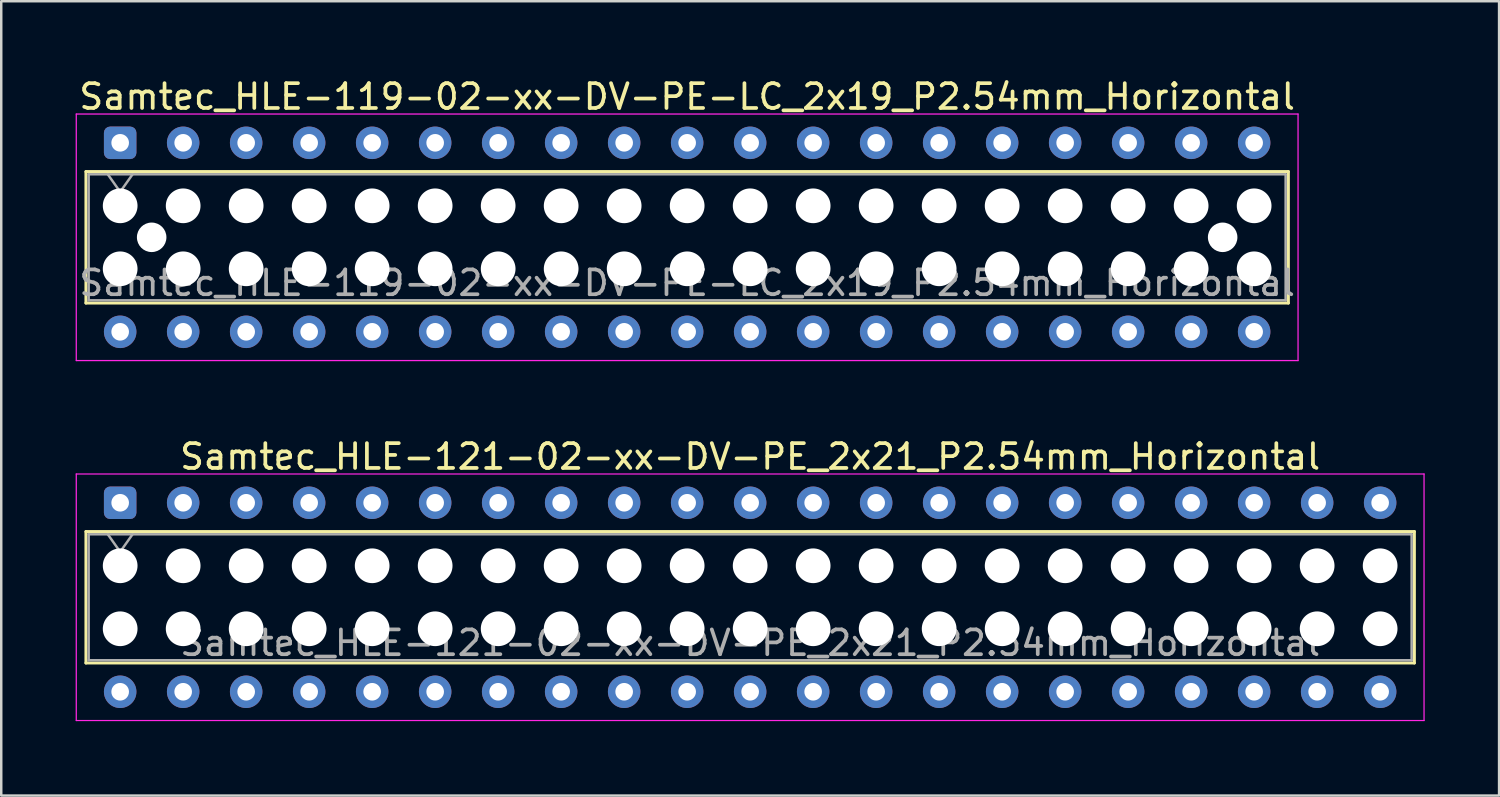
<source format=kicad_pcb>
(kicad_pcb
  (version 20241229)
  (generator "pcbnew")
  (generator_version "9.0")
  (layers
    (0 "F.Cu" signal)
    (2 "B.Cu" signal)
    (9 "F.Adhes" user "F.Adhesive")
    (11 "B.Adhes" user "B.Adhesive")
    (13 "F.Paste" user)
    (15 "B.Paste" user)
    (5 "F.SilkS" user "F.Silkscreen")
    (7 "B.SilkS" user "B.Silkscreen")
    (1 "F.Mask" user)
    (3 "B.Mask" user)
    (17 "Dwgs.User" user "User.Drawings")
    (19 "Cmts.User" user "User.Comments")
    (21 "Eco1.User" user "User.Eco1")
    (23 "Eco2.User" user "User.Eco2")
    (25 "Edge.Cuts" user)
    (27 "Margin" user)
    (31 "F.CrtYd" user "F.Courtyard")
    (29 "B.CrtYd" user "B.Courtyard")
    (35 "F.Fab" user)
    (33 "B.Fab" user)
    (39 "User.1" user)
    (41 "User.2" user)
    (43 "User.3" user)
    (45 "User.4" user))
  (footprint "Samtec_HLE-119-02-xx-DV-PE-LC_2x19_P2.54mm_Horizontal"
    (layer "F.Cu")
    (at 1.795 2.708)
    (property "Reference" "Samtec_HLE-119-02-xx-DV-PE-LC_2x19_P2.54mm_Horizontal" (at 22.86 -1.86 0) (layer "F.SilkS") (effects (font (size 1 1) (thickness 0.15))))
    (attr through_hole)
    (fp_line (start -1.38 1.16) (end 47.1 1.16) (stroke (width 0.12) (type solid)) (layer "F.SilkS"))
    (fp_line (start -1.38 6.46) (end -1.38 1.16) (stroke (width 0.12) (type solid)) (layer "F.SilkS"))
    (fp_line (start 47.1 1.16) (end 47.1 6.46) (stroke (width 0.12) (type solid)) (layer "F.SilkS"))
    (fp_line (start 47.1 6.46) (end -1.38 6.46) (stroke (width 0.12) (type solid)) (layer "F.SilkS"))
    (fp_line (start -1.77 -1.16) (end 47.49 -1.16) (stroke (width 0.05) (type solid)) (layer "F.CrtYd"))
    (fp_line (start -1.77 8.78) (end -1.77 -1.16) (stroke (width 0.05) (type solid)) (layer "F.CrtYd"))
    (fp_line (start 47.49 -1.16) (end 47.49 8.78) (stroke (width 0.05) (type solid)) (layer "F.CrtYd"))
    (fp_line (start 47.49 8.78) (end -1.77 8.78) (stroke (width 0.05) (type solid)) (layer "F.CrtYd"))
    (fp_line (start -1.27 1.27) (end 46.99 1.27) (stroke (width 0.1) (type solid)) (layer "F.Fab"))
    (fp_line (start -1.27 6.35) (end -1.27 1.27) (stroke (width 0.1) (type solid)) (layer "F.Fab"))
    (fp_line (start -0.5 1.27) (end 0 1.977) (stroke (width 0.1) (type solid)) (layer "F.Fab"))
    (fp_line (start 0 1.977) (end 0.5 1.27) (stroke (width 0.1) (type solid)) (layer "F.Fab"))
    (fp_line (start 46.99 1.27) (end 46.99 6.35) (stroke (width 0.1) (type solid)) (layer "F.Fab"))
    (fp_line (start 46.99 6.35) (end -1.27 6.35) (stroke (width 0.1) (type solid)) (layer "F.Fab"))
    (fp_text user "${REFERENCE}" (at 22.86 5.65 0) (layer "F.Fab") (effects (font (size 1 1) (thickness 0.15))))
    (pad "" np_thru_hole circle (at 0 2.54) (size 1.4 1.4) (drill 1.4) (layers "*.Cu" "*.Mask"))
    (pad "" np_thru_hole circle (at 0 5.08) (size 1.4 1.4) (drill 1.4) (layers "*.Cu" "*.Mask"))
    (pad "" np_thru_hole circle (at 1.27 3.81) (size 1.19 1.19) (drill 1.19) (layers "*.Cu" "*.Mask"))
    (pad "" np_thru_hole circle (at 2.54 2.54) (size 1.4 1.4) (drill 1.4) (layers "*.Cu" "*.Mask"))
    (pad "" np_thru_hole circle (at 2.54 5.08) (size 1.4 1.4) (drill 1.4) (layers "*.Cu" "*.Mask"))
    (pad "" np_thru_hole circle (at 5.08 2.54) (size 1.4 1.4) (drill 1.4) (layers "*.Cu" "*.Mask"))
    (pad "" np_thru_hole circle (at 5.08 5.08) (size 1.4 1.4) (drill 1.4) (layers "*.Cu" "*.Mask"))
    (pad "" np_thru_hole circle (at 7.62 2.54) (size 1.4 1.4) (drill 1.4) (layers "*.Cu" "*.Mask"))
    (pad "" np_thru_hole circle (at 7.62 5.08) (size 1.4 1.4) (drill 1.4) (layers "*.Cu" "*.Mask"))
    (pad "" np_thru_hole circle (at 10.16 2.54) (size 1.4 1.4) (drill 1.4) (layers "*.Cu" "*.Mask"))
    (pad "" np_thru_hole circle (at 10.16 5.08) (size 1.4 1.4) (drill 1.4) (layers "*.Cu" "*.Mask"))
    (pad "" np_thru_hole circle (at 12.7 2.54) (size 1.4 1.4) (drill 1.4) (layers "*.Cu" "*.Mask"))
    (pad "" np_thru_hole circle (at 12.7 5.08) (size 1.4 1.4) (drill 1.4) (layers "*.Cu" "*.Mask"))
    (pad "" np_thru_hole circle (at 15.24 2.54) (size 1.4 1.4) (drill 1.4) (layers "*.Cu" "*.Mask"))
    (pad "" np_thru_hole circle (at 15.24 5.08) (size 1.4 1.4) (drill 1.4) (layers "*.Cu" "*.Mask"))
    (pad "" np_thru_hole circle (at 17.78 2.54) (size 1.4 1.4) (drill 1.4) (layers "*.Cu" "*.Mask"))
    (pad "" np_thru_hole circle (at 17.78 5.08) (size 1.4 1.4) (drill 1.4) (layers "*.Cu" "*.Mask"))
    (pad "" np_thru_hole circle (at 20.32 2.54) (size 1.4 1.4) (drill 1.4) (layers "*.Cu" "*.Mask"))
    (pad "" np_thru_hole circle (at 20.32 5.08) (size 1.4 1.4) (drill 1.4) (layers "*.Cu" "*.Mask"))
    (pad "" np_thru_hole circle (at 22.86 2.54) (size 1.4 1.4) (drill 1.4) (layers "*.Cu" "*.Mask"))
    (pad "" np_thru_hole circle (at 22.86 5.08) (size 1.4 1.4) (drill 1.4) (layers "*.Cu" "*.Mask"))
    (pad "" np_thru_hole circle (at 25.4 2.54) (size 1.4 1.4) (drill 1.4) (layers "*.Cu" "*.Mask"))
    (pad "" np_thru_hole circle (at 25.4 5.08) (size 1.4 1.4) (drill 1.4) (layers "*.Cu" "*.Mask"))
    (pad "" np_thru_hole circle (at 27.94 2.54) (size 1.4 1.4) (drill 1.4) (layers "*.Cu" "*.Mask"))
    (pad "" np_thru_hole circle (at 27.94 5.08) (size 1.4 1.4) (drill 1.4) (layers "*.Cu" "*.Mask"))
    (pad "" np_thru_hole circle (at 30.48 2.54) (size 1.4 1.4) (drill 1.4) (layers "*.Cu" "*.Mask"))
    (pad "" np_thru_hole circle (at 30.48 5.08) (size 1.4 1.4) (drill 1.4) (layers "*.Cu" "*.Mask"))
    (pad "" np_thru_hole circle (at 33.02 2.54) (size 1.4 1.4) (drill 1.4) (layers "*.Cu" "*.Mask"))
    (pad "" np_thru_hole circle (at 33.02 5.08) (size 1.4 1.4) (drill 1.4) (layers "*.Cu" "*.Mask"))
    (pad "" np_thru_hole circle (at 35.56 2.54) (size 1.4 1.4) (drill 1.4) (layers "*.Cu" "*.Mask"))
    (pad "" np_thru_hole circle (at 35.56 5.08) (size 1.4 1.4) (drill 1.4) (layers "*.Cu" "*.Mask"))
    (pad "" np_thru_hole circle (at 38.1 2.54) (size 1.4 1.4) (drill 1.4) (layers "*.Cu" "*.Mask"))
    (pad "" np_thru_hole circle (at 38.1 5.08) (size 1.4 1.4) (drill 1.4) (layers "*.Cu" "*.Mask"))
    (pad "" np_thru_hole circle (at 40.64 2.54) (size 1.4 1.4) (drill 1.4) (layers "*.Cu" "*.Mask"))
    (pad "" np_thru_hole circle (at 40.64 5.08) (size 1.4 1.4) (drill 1.4) (layers "*.Cu" "*.Mask"))
    (pad "" np_thru_hole circle (at 43.18 2.54) (size 1.4 1.4) (drill 1.4) (layers "*.Cu" "*.Mask"))
    (pad "" np_thru_hole circle (at 43.18 5.08) (size 1.4 1.4) (drill 1.4) (layers "*.Cu" "*.Mask"))
    (pad "" np_thru_hole circle (at 44.45 3.81) (size 1.19 1.19) (drill 1.19) (layers "*.Cu" "*.Mask"))
    (pad "" np_thru_hole circle (at 45.72 2.54) (size 1.4 1.4) (drill 1.4) (layers "*.Cu" "*.Mask"))
    (pad "" np_thru_hole circle (at 45.72 5.08) (size 1.4 1.4) (drill 1.4) (layers "*.Cu" "*.Mask"))
    (pad "1" thru_hole roundrect (at 0 0) (size 1.31 1.31) (drill 0.71) (layers "*.Cu" "*.Mask") (roundrect_rratio 0.191))
    (pad "2" thru_hole circle (at 0 7.62) (size 1.31 1.31) (drill 0.71) (layers "*.Cu" "*.Mask"))
    (pad "3" thru_hole circle (at 2.54 0) (size 1.31 1.31) (drill 0.71) (layers "*.Cu" "*.Mask"))
    (pad "4" thru_hole circle (at 2.54 7.62) (size 1.31 1.31) (drill 0.71) (layers "*.Cu" "*.Mask"))
    (pad "5" thru_hole circle (at 5.08 0) (size 1.31 1.31) (drill 0.71) (layers "*.Cu" "*.Mask"))
    (pad "6" thru_hole circle (at 5.08 7.62) (size 1.31 1.31) (drill 0.71) (layers "*.Cu" "*.Mask"))
    (pad "7" thru_hole circle (at 7.62 0) (size 1.31 1.31) (drill 0.71) (layers "*.Cu" "*.Mask"))
    (pad "8" thru_hole circle (at 7.62 7.62) (size 1.31 1.31) (drill 0.71) (layers "*.Cu" "*.Mask"))
    (pad "9" thru_hole circle (at 10.16 0) (size 1.31 1.31) (drill 0.71) (layers "*.Cu" "*.Mask"))
    (pad "10" thru_hole circle (at 10.16 7.62) (size 1.31 1.31) (drill 0.71) (layers "*.Cu" "*.Mask"))
    (pad "11" thru_hole circle (at 12.7 0) (size 1.31 1.31) (drill 0.71) (layers "*.Cu" "*.Mask"))
    (pad "12" thru_hole circle (at 12.7 7.62) (size 1.31 1.31) (drill 0.71) (layers "*.Cu" "*.Mask"))
    (pad "13" thru_hole circle (at 15.24 0) (size 1.31 1.31) (drill 0.71) (layers "*.Cu" "*.Mask"))
    (pad "14" thru_hole circle (at 15.24 7.62) (size 1.31 1.31) (drill 0.71) (layers "*.Cu" "*.Mask"))
    (pad "15" thru_hole circle (at 17.78 0) (size 1.31 1.31) (drill 0.71) (layers "*.Cu" "*.Mask"))
    (pad "16" thru_hole circle (at 17.78 7.62) (size 1.31 1.31) (drill 0.71) (layers "*.Cu" "*.Mask"))
    (pad "17" thru_hole circle (at 20.32 0) (size 1.31 1.31) (drill 0.71) (layers "*.Cu" "*.Mask"))
    (pad "18" thru_hole circle (at 20.32 7.62) (size 1.31 1.31) (drill 0.71) (layers "*.Cu" "*.Mask"))
    (pad "19" thru_hole circle (at 22.86 0) (size 1.31 1.31) (drill 0.71) (layers "*.Cu" "*.Mask"))
    (pad "20" thru_hole circle (at 22.86 7.62) (size 1.31 1.31) (drill 0.71) (layers "*.Cu" "*.Mask"))
    (pad "21" thru_hole circle (at 25.4 0) (size 1.31 1.31) (drill 0.71) (layers "*.Cu" "*.Mask"))
    (pad "22" thru_hole circle (at 25.4 7.62) (size 1.31 1.31) (drill 0.71) (layers "*.Cu" "*.Mask"))
    (pad "23" thru_hole circle (at 27.94 0) (size 1.31 1.31) (drill 0.71) (layers "*.Cu" "*.Mask"))
    (pad "24" thru_hole circle (at 27.94 7.62) (size 1.31 1.31) (drill 0.71) (layers "*.Cu" "*.Mask"))
    (pad "25" thru_hole circle (at 30.48 0) (size 1.31 1.31) (drill 0.71) (layers "*.Cu" "*.Mask"))
    (pad "26" thru_hole circle (at 30.48 7.62) (size 1.31 1.31) (drill 0.71) (layers "*.Cu" "*.Mask"))
    (pad "27" thru_hole circle (at 33.02 0) (size 1.31 1.31) (drill 0.71) (layers "*.Cu" "*.Mask"))
    (pad "28" thru_hole circle (at 33.02 7.62) (size 1.31 1.31) (drill 0.71) (layers "*.Cu" "*.Mask"))
    (pad "29" thru_hole circle (at 35.56 0) (size 1.31 1.31) (drill 0.71) (layers "*.Cu" "*.Mask"))
    (pad "30" thru_hole circle (at 35.56 7.62) (size 1.31 1.31) (drill 0.71) (layers "*.Cu" "*.Mask"))
    (pad "31" thru_hole circle (at 38.1 0) (size 1.31 1.31) (drill 0.71) (layers "*.Cu" "*.Mask"))
    (pad "32" thru_hole circle (at 38.1 7.62) (size 1.31 1.31) (drill 0.71) (layers "*.Cu" "*.Mask"))
    (pad "33" thru_hole circle (at 40.64 0) (size 1.31 1.31) (drill 0.71) (layers "*.Cu" "*.Mask"))
    (pad "34" thru_hole circle (at 40.64 7.62) (size 1.31 1.31) (drill 0.71) (layers "*.Cu" "*.Mask"))
    (pad "35" thru_hole circle (at 43.18 0) (size 1.31 1.31) (drill 0.71) (layers "*.Cu" "*.Mask"))
    (pad "36" thru_hole circle (at 43.18 7.62) (size 1.31 1.31) (drill 0.71) (layers "*.Cu" "*.Mask"))
    (pad "37" thru_hole circle (at 45.72 0) (size 1.31 1.31) (drill 0.71) (layers "*.Cu" "*.Mask"))
    (pad "38" thru_hole circle (at 45.72 7.62) (size 1.31 1.31) (drill 0.71) (layers "*.Cu" "*.Mask")))
  (footprint "Samtec_HLE-121-02-xx-DV-PE_2x21_P2.54mm_Horizontal"
    (layer "F.Cu")
    (at 1.795 17.221)
    (property "Reference" "Samtec_HLE-121-02-xx-DV-PE_2x21_P2.54mm_Horizontal" (at 25.4 -1.86 0) (layer "F.SilkS") (effects (font (size 1 1) (thickness 0.15))))
    (attr through_hole)
    (fp_line (start -1.38 1.16) (end 52.18 1.16) (stroke (width 0.12) (type solid)) (layer "F.SilkS"))
    (fp_line (start -1.38 6.46) (end -1.38 1.16) (stroke (width 0.12) (type solid)) (layer "F.SilkS"))
    (fp_line (start 52.18 1.16) (end 52.18 6.46) (stroke (width 0.12) (type solid)) (layer "F.SilkS"))
    (fp_line (start 52.18 6.46) (end -1.38 6.46) (stroke (width 0.12) (type solid)) (layer "F.SilkS"))
    (fp_line (start -1.77 -1.16) (end 52.57 -1.16) (stroke (width 0.05) (type solid)) (layer "F.CrtYd"))
    (fp_line (start -1.77 8.78) (end -1.77 -1.16) (stroke (width 0.05) (type solid)) (layer "F.CrtYd"))
    (fp_line (start 52.57 -1.16) (end 52.57 8.78) (stroke (width 0.05) (type solid)) (layer "F.CrtYd"))
    (fp_line (start 52.57 8.78) (end -1.77 8.78) (stroke (width 0.05) (type solid)) (layer "F.CrtYd"))
    (fp_line (start -1.27 1.27) (end 52.07 1.27) (stroke (width 0.1) (type solid)) (layer "F.Fab"))
    (fp_line (start -1.27 6.35) (end -1.27 1.27) (stroke (width 0.1) (type solid)) (layer "F.Fab"))
    (fp_line (start -0.5 1.27) (end 0 1.977) (stroke (width 0.1) (type solid)) (layer "F.Fab"))
    (fp_line (start 0 1.977) (end 0.5 1.27) (stroke (width 0.1) (type solid)) (layer "F.Fab"))
    (fp_line (start 52.07 1.27) (end 52.07 6.35) (stroke (width 0.1) (type solid)) (layer "F.Fab"))
    (fp_line (start 52.07 6.35) (end -1.27 6.35) (stroke (width 0.1) (type solid)) (layer "F.Fab"))
    (fp_text user "${REFERENCE}" (at 25.4 5.65 0) (layer "F.Fab") (effects (font (size 1 1) (thickness 0.15))))
    (pad "" np_thru_hole circle (at 0 2.54) (size 1.4 1.4) (drill 1.4) (layers "*.Cu" "*.Mask"))
    (pad "" np_thru_hole circle (at 0 5.08) (size 1.4 1.4) (drill 1.4) (layers "*.Cu" "*.Mask"))
    (pad "" np_thru_hole circle (at 2.54 2.54) (size 1.4 1.4) (drill 1.4) (layers "*.Cu" "*.Mask"))
    (pad "" np_thru_hole circle (at 2.54 5.08) (size 1.4 1.4) (drill 1.4) (layers "*.Cu" "*.Mask"))
    (pad "" np_thru_hole circle (at 5.08 2.54) (size 1.4 1.4) (drill 1.4) (layers "*.Cu" "*.Mask"))
    (pad "" np_thru_hole circle (at 5.08 5.08) (size 1.4 1.4) (drill 1.4) (layers "*.Cu" "*.Mask"))
    (pad "" np_thru_hole circle (at 7.62 2.54) (size 1.4 1.4) (drill 1.4) (layers "*.Cu" "*.Mask"))
    (pad "" np_thru_hole circle (at 7.62 5.08) (size 1.4 1.4) (drill 1.4) (layers "*.Cu" "*.Mask"))
    (pad "" np_thru_hole circle (at 10.16 2.54) (size 1.4 1.4) (drill 1.4) (layers "*.Cu" "*.Mask"))
    (pad "" np_thru_hole circle (at 10.16 5.08) (size 1.4 1.4) (drill 1.4) (layers "*.Cu" "*.Mask"))
    (pad "" np_thru_hole circle (at 12.7 2.54) (size 1.4 1.4) (drill 1.4) (layers "*.Cu" "*.Mask"))
    (pad "" np_thru_hole circle (at 12.7 5.08) (size 1.4 1.4) (drill 1.4) (layers "*.Cu" "*.Mask"))
    (pad "" np_thru_hole circle (at 15.24 2.54) (size 1.4 1.4) (drill 1.4) (layers "*.Cu" "*.Mask"))
    (pad "" np_thru_hole circle (at 15.24 5.08) (size 1.4 1.4) (drill 1.4) (layers "*.Cu" "*.Mask"))
    (pad "" np_thru_hole circle (at 17.78 2.54) (size 1.4 1.4) (drill 1.4) (layers "*.Cu" "*.Mask"))
    (pad "" np_thru_hole circle (at 17.78 5.08) (size 1.4 1.4) (drill 1.4) (layers "*.Cu" "*.Mask"))
    (pad "" np_thru_hole circle (at 20.32 2.54) (size 1.4 1.4) (drill 1.4) (layers "*.Cu" "*.Mask"))
    (pad "" np_thru_hole circle (at 20.32 5.08) (size 1.4 1.4) (drill 1.4) (layers "*.Cu" "*.Mask"))
    (pad "" np_thru_hole circle (at 22.86 2.54) (size 1.4 1.4) (drill 1.4) (layers "*.Cu" "*.Mask"))
    (pad "" np_thru_hole circle (at 22.86 5.08) (size 1.4 1.4) (drill 1.4) (layers "*.Cu" "*.Mask"))
    (pad "" np_thru_hole circle (at 25.4 2.54) (size 1.4 1.4) (drill 1.4) (layers "*.Cu" "*.Mask"))
    (pad "" np_thru_hole circle (at 25.4 5.08) (size 1.4 1.4) (drill 1.4) (layers "*.Cu" "*.Mask"))
    (pad "" np_thru_hole circle (at 27.94 2.54) (size 1.4 1.4) (drill 1.4) (layers "*.Cu" "*.Mask"))
    (pad "" np_thru_hole circle (at 27.94 5.08) (size 1.4 1.4) (drill 1.4) (layers "*.Cu" "*.Mask"))
    (pad "" np_thru_hole circle (at 30.48 2.54) (size 1.4 1.4) (drill 1.4) (layers "*.Cu" "*.Mask"))
    (pad "" np_thru_hole circle (at 30.48 5.08) (size 1.4 1.4) (drill 1.4) (layers "*.Cu" "*.Mask"))
    (pad "" np_thru_hole circle (at 33.02 2.54) (size 1.4 1.4) (drill 1.4) (layers "*.Cu" "*.Mask"))
    (pad "" np_thru_hole circle (at 33.02 5.08) (size 1.4 1.4) (drill 1.4) (layers "*.Cu" "*.Mask"))
    (pad "" np_thru_hole circle (at 35.56 2.54) (size 1.4 1.4) (drill 1.4) (layers "*.Cu" "*.Mask"))
    (pad "" np_thru_hole circle (at 35.56 5.08) (size 1.4 1.4) (drill 1.4) (layers "*.Cu" "*.Mask"))
    (pad "" np_thru_hole circle (at 38.1 2.54) (size 1.4 1.4) (drill 1.4) (layers "*.Cu" "*.Mask"))
    (pad "" np_thru_hole circle (at 38.1 5.08) (size 1.4 1.4) (drill 1.4) (layers "*.Cu" "*.Mask"))
    (pad "" np_thru_hole circle (at 40.64 2.54) (size 1.4 1.4) (drill 1.4) (layers "*.Cu" "*.Mask"))
    (pad "" np_thru_hole circle (at 40.64 5.08) (size 1.4 1.4) (drill 1.4) (layers "*.Cu" "*.Mask"))
    (pad "" np_thru_hole circle (at 43.18 2.54) (size 1.4 1.4) (drill 1.4) (layers "*.Cu" "*.Mask"))
    (pad "" np_thru_hole circle (at 43.18 5.08) (size 1.4 1.4) (drill 1.4) (layers "*.Cu" "*.Mask"))
    (pad "" np_thru_hole circle (at 45.72 2.54) (size 1.4 1.4) (drill 1.4) (layers "*.Cu" "*.Mask"))
    (pad "" np_thru_hole circle (at 45.72 5.08) (size 1.4 1.4) (drill 1.4) (layers "*.Cu" "*.Mask"))
    (pad "" np_thru_hole circle (at 48.26 2.54) (size 1.4 1.4) (drill 1.4) (layers "*.Cu" "*.Mask"))
    (pad "" np_thru_hole circle (at 48.26 5.08) (size 1.4 1.4) (drill 1.4) (layers "*.Cu" "*.Mask"))
    (pad "" np_thru_hole circle (at 50.8 2.54) (size 1.4 1.4) (drill 1.4) (layers "*.Cu" "*.Mask"))
    (pad "" np_thru_hole circle (at 50.8 5.08) (size 1.4 1.4) (drill 1.4) (layers "*.Cu" "*.Mask"))
    (pad "1" thru_hole roundrect (at 0 0) (size 1.31 1.31) (drill 0.71) (layers "*.Cu" "*.Mask") (roundrect_rratio 0.191))
    (pad "2" thru_hole circle (at 0 7.62) (size 1.31 1.31) (drill 0.71) (layers "*.Cu" "*.Mask"))
    (pad "3" thru_hole circle (at 2.54 0) (size 1.31 1.31) (drill 0.71) (layers "*.Cu" "*.Mask"))
    (pad "4" thru_hole circle (at 2.54 7.62) (size 1.31 1.31) (drill 0.71) (layers "*.Cu" "*.Mask"))
    (pad "5" thru_hole circle (at 5.08 0) (size 1.31 1.31) (drill 0.71) (layers "*.Cu" "*.Mask"))
    (pad "6" thru_hole circle (at 5.08 7.62) (size 1.31 1.31) (drill 0.71) (layers "*.Cu" "*.Mask"))
    (pad "7" thru_hole circle (at 7.62 0) (size 1.31 1.31) (drill 0.71) (layers "*.Cu" "*.Mask"))
    (pad "8" thru_hole circle (at 7.62 7.62) (size 1.31 1.31) (drill 0.71) (layers "*.Cu" "*.Mask"))
    (pad "9" thru_hole circle (at 10.16 0) (size 1.31 1.31) (drill 0.71) (layers "*.Cu" "*.Mask"))
    (pad "10" thru_hole circle (at 10.16 7.62) (size 1.31 1.31) (drill 0.71) (layers "*.Cu" "*.Mask"))
    (pad "11" thru_hole circle (at 12.7 0) (size 1.31 1.31) (drill 0.71) (layers "*.Cu" "*.Mask"))
    (pad "12" thru_hole circle (at 12.7 7.62) (size 1.31 1.31) (drill 0.71) (layers "*.Cu" "*.Mask"))
    (pad "13" thru_hole circle (at 15.24 0) (size 1.31 1.31) (drill 0.71) (layers "*.Cu" "*.Mask"))
    (pad "14" thru_hole circle (at 15.24 7.62) (size 1.31 1.31) (drill 0.71) (layers "*.Cu" "*.Mask"))
    (pad "15" thru_hole circle (at 17.78 0) (size 1.31 1.31) (drill 0.71) (layers "*.Cu" "*.Mask"))
    (pad "16" thru_hole circle (at 17.78 7.62) (size 1.31 1.31) (drill 0.71) (layers "*.Cu" "*.Mask"))
    (pad "17" thru_hole circle (at 20.32 0) (size 1.31 1.31) (drill 0.71) (layers "*.Cu" "*.Mask"))
    (pad "18" thru_hole circle (at 20.32 7.62) (size 1.31 1.31) (drill 0.71) (layers "*.Cu" "*.Mask"))
    (pad "19" thru_hole circle (at 22.86 0) (size 1.31 1.31) (drill 0.71) (layers "*.Cu" "*.Mask"))
    (pad "20" thru_hole circle (at 22.86 7.62) (size 1.31 1.31) (drill 0.71) (layers "*.Cu" "*.Mask"))
    (pad "21" thru_hole circle (at 25.4 0) (size 1.31 1.31) (drill 0.71) (layers "*.Cu" "*.Mask"))
    (pad "22" thru_hole circle (at 25.4 7.62) (size 1.31 1.31) (drill 0.71) (layers "*.Cu" "*.Mask"))
    (pad "23" thru_hole circle (at 27.94 0) (size 1.31 1.31) (drill 0.71) (layers "*.Cu" "*.Mask"))
    (pad "24" thru_hole circle (at 27.94 7.62) (size 1.31 1.31) (drill 0.71) (layers "*.Cu" "*.Mask"))
    (pad "25" thru_hole circle (at 30.48 0) (size 1.31 1.31) (drill 0.71) (layers "*.Cu" "*.Mask"))
    (pad "26" thru_hole circle (at 30.48 7.62) (size 1.31 1.31) (drill 0.71) (layers "*.Cu" "*.Mask"))
    (pad "27" thru_hole circle (at 33.02 0) (size 1.31 1.31) (drill 0.71) (layers "*.Cu" "*.Mask"))
    (pad "28" thru_hole circle (at 33.02 7.62) (size 1.31 1.31) (drill 0.71) (layers "*.Cu" "*.Mask"))
    (pad "29" thru_hole circle (at 35.56 0) (size 1.31 1.31) (drill 0.71) (layers "*.Cu" "*.Mask"))
    (pad "30" thru_hole circle (at 35.56 7.62) (size 1.31 1.31) (drill 0.71) (layers "*.Cu" "*.Mask"))
    (pad "31" thru_hole circle (at 38.1 0) (size 1.31 1.31) (drill 0.71) (layers "*.Cu" "*.Mask"))
    (pad "32" thru_hole circle (at 38.1 7.62) (size 1.31 1.31) (drill 0.71) (layers "*.Cu" "*.Mask"))
    (pad "33" thru_hole circle (at 40.64 0) (size 1.31 1.31) (drill 0.71) (layers "*.Cu" "*.Mask"))
    (pad "34" thru_hole circle (at 40.64 7.62) (size 1.31 1.31) (drill 0.71) (layers "*.Cu" "*.Mask"))
    (pad "35" thru_hole circle (at 43.18 0) (size 1.31 1.31) (drill 0.71) (layers "*.Cu" "*.Mask"))
    (pad "36" thru_hole circle (at 43.18 7.62) (size 1.31 1.31) (drill 0.71) (layers "*.Cu" "*.Mask"))
    (pad "37" thru_hole circle (at 45.72 0) (size 1.31 1.31) (drill 0.71) (layers "*.Cu" "*.Mask"))
    (pad "38" thru_hole circle (at 45.72 7.62) (size 1.31 1.31) (drill 0.71) (layers "*.Cu" "*.Mask"))
    (pad "39" thru_hole circle (at 48.26 0) (size 1.31 1.31) (drill 0.71) (layers "*.Cu" "*.Mask"))
    (pad "40" thru_hole circle (at 48.26 7.62) (size 1.31 1.31) (drill 0.71) (layers "*.Cu" "*.Mask"))
    (pad "41" thru_hole circle (at 50.8 0) (size 1.31 1.31) (drill 0.71) (layers "*.Cu" "*.Mask"))
    (pad "42" thru_hole circle (at 50.8 7.62) (size 1.31 1.31) (drill 0.71) (layers "*.Cu" "*.Mask")))
  (gr_rect
    (start -3 -3)
    (end 57.39 29.026)
    (stroke (width 0.1) (type default))
    (fill no)
    (layer "Edge.Cuts")))
</source>
